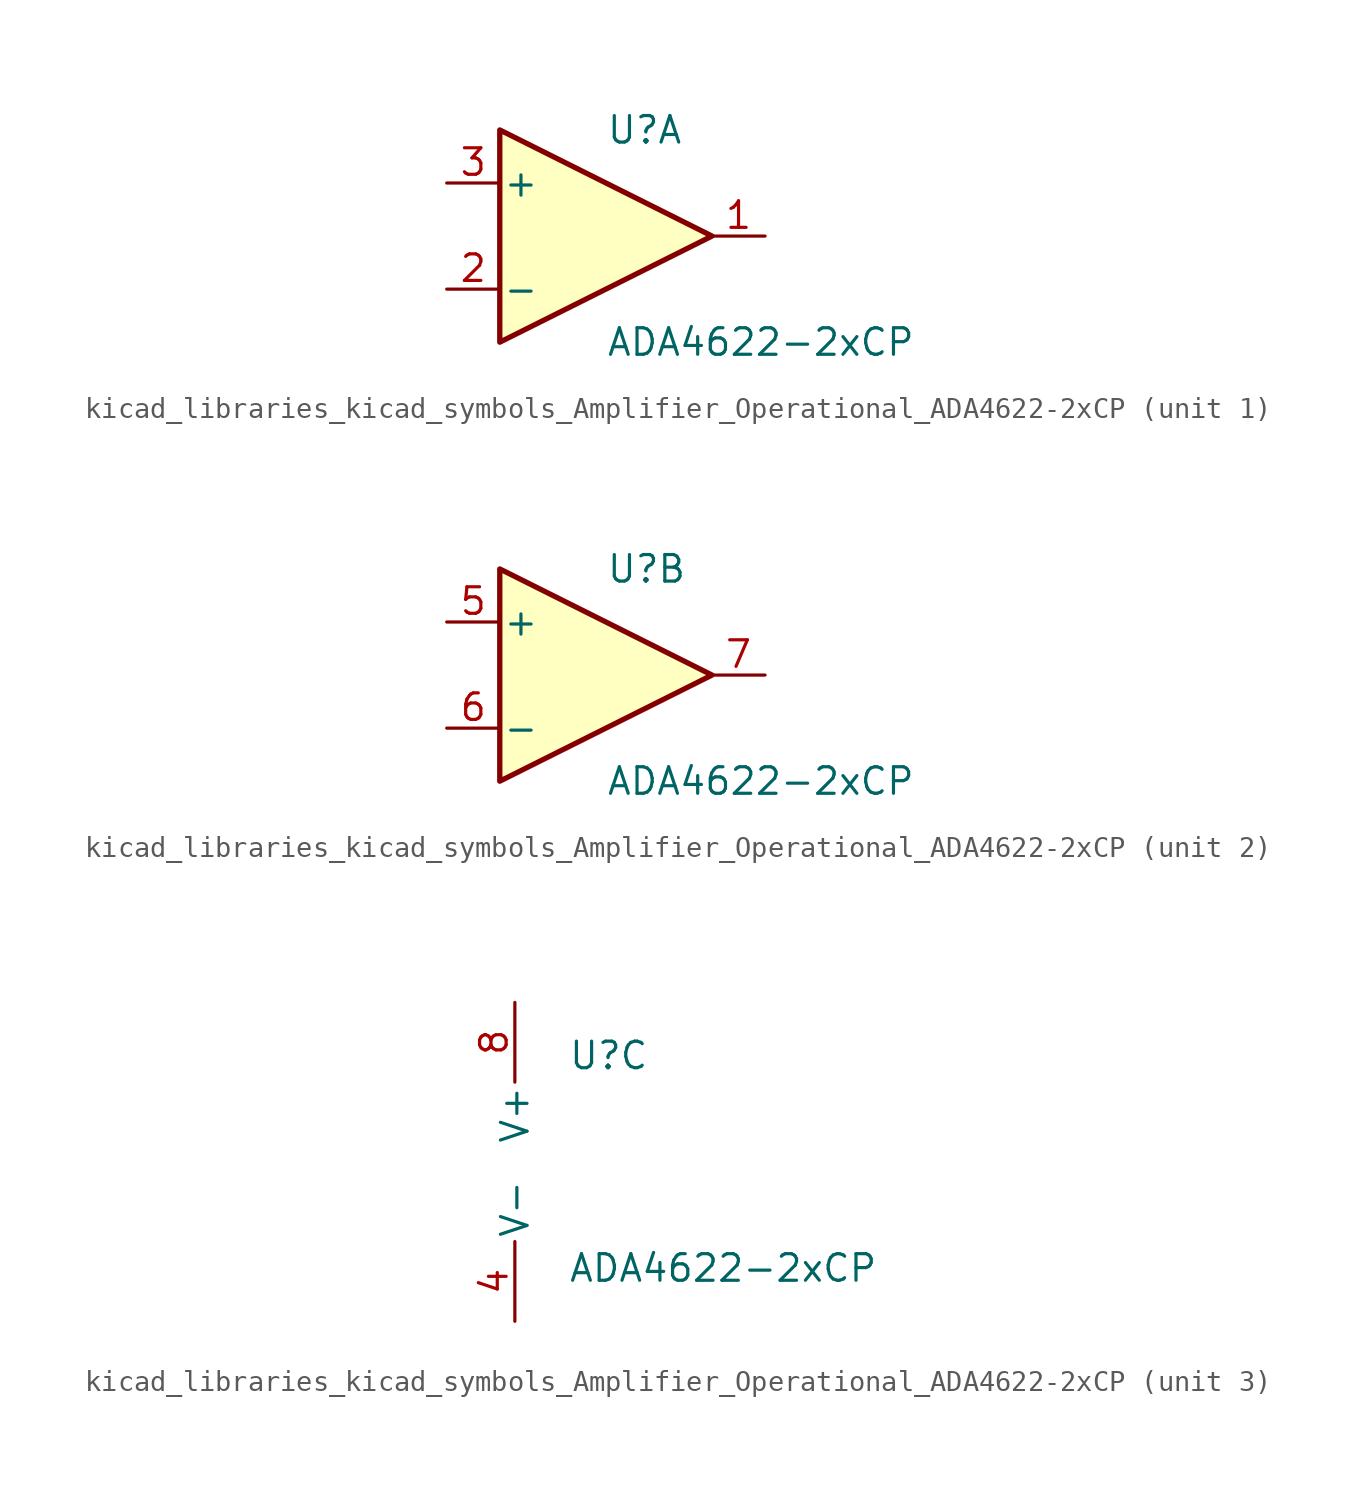
<source format=kicad_sym>
(kicad_symbol_lib
  (version 20220914)
  (generator kicad_symbol_editor)
  (symbol "kicad_libraries_kicad_symbols_Amplifier_Operational_ADA4622-2xCP"
    (pin_names
      (offset 0.127))
    (property "Reference" "U"
      (at 0 5.08 0)
      (effects (font (size 1.27 1.27)) (justify left)))
    (property "Value" "ADA4622-2xCP"
      (at 0 -5.08 0)
      (effects (font (size 1.27 1.27)) (justify left)))
    (property "ki_locked" ""
      (at 0 0 0)
      (effects (font (size 1.27 1.27))))
    (symbol "kicad_libraries_kicad_symbols_Amplifier_Operational_ADA4622-2xCP_1_1"
      (polyline (pts (xy -5.08 5.08) (xy 5.08 0) (xy -5.08 -5.08) (xy -5.08 5.08)) (stroke (width 0.254) (type default)) (fill (type background)))
      (pin output line (at 7.62 0 180) (length 2.54) (name "~" (effects (font (size 1.27 1.27)))) (number "1" (effects (font (size 1.27 1.27)))))
      (pin input line (at -7.62 -2.54 0) (length 2.54) (name "-" (effects (font (size 1.27 1.27)))) (number "2" (effects (font (size 1.27 1.27)))))
      (pin input line (at -7.62 2.54 0) (length 2.54) (name "+" (effects (font (size 1.27 1.27)))) (number "3" (effects (font (size 1.27 1.27))))))
    (symbol "kicad_libraries_kicad_symbols_Amplifier_Operational_ADA4622-2xCP_2_1"
      (polyline (pts (xy -5.08 5.08) (xy 5.08 0) (xy -5.08 -5.08) (xy -5.08 5.08)) (stroke (width 0.254) (type default)) (fill (type background)))
      (pin input line (at -7.62 2.54 0) (length 2.54) (name "+" (effects (font (size 1.27 1.27)))) (number "5" (effects (font (size 1.27 1.27)))))
      (pin input line (at -7.62 -2.54 0) (length 2.54) (name "-" (effects (font (size 1.27 1.27)))) (number "6" (effects (font (size 1.27 1.27)))))
      (pin output line (at 7.62 0 180) (length 2.54) (name "~" (effects (font (size 1.27 1.27)))) (number "7" (effects (font (size 1.27 1.27))))))
    (symbol "kicad_libraries_kicad_symbols_Amplifier_Operational_ADA4622-2xCP_3_1"
      (pin power_in line (at -2.54 -7.62 90) (length 3.81) (name "V-" (effects (font (size 1.27 1.27)))) (number "4" (effects (font (size 1.27 1.27)))))
      (pin power_in line (at -2.54 7.62 270) (length 3.81) (name "V+" (effects (font (size 1.27 1.27)))) (number "8" (effects (font (size 1.27 1.27)))))
      (pin passive line (at -2.54 7.62 270) (length 3.81) hide (name "V+" (effects (font (size 1.27 1.27)))) (number "9" (effects (font (size 1.27 1.27))))))))
</source>
